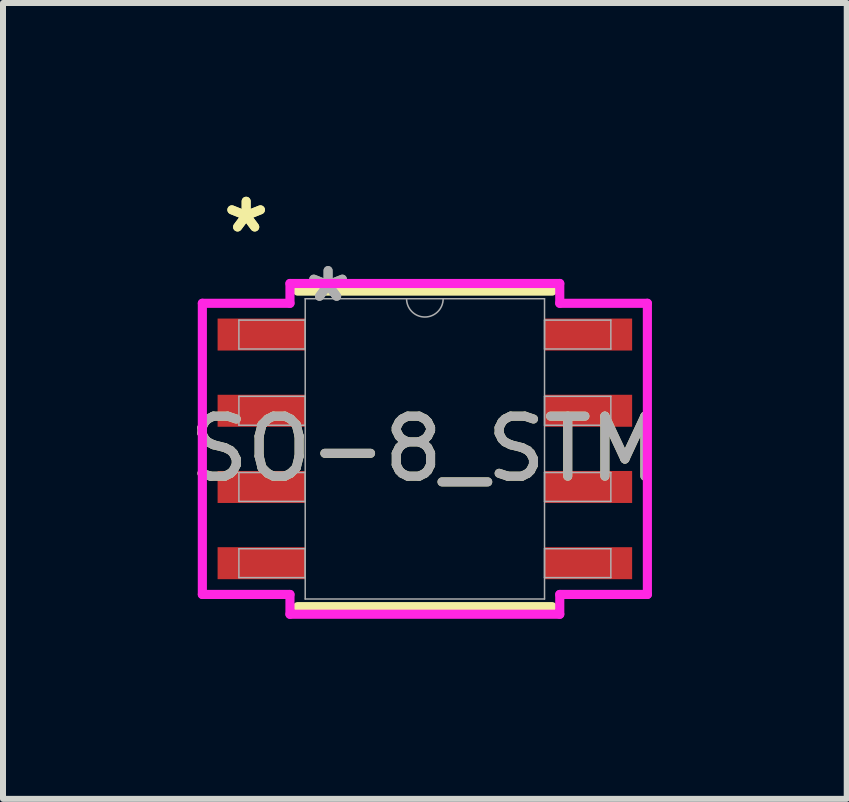
<source format=kicad_pcb>
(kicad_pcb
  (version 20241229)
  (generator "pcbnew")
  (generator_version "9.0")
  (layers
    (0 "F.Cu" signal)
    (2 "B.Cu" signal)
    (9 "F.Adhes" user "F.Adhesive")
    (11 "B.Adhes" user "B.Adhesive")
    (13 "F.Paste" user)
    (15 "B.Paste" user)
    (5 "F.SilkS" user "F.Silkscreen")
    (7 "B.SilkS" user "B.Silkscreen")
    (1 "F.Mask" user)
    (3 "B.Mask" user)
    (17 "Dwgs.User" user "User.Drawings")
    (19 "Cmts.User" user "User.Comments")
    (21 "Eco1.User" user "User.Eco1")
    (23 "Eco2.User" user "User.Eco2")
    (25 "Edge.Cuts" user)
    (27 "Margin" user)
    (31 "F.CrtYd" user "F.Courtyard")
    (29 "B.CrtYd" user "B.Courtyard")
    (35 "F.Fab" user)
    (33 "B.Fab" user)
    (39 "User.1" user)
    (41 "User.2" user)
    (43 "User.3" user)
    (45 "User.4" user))
  (footprint "SO-8_STM"
    (layer "F.Cu")
    (at 4.03 4.43)
    (property "Reference" "SO-8_STM" (at 0 0 0) (unlocked yes) (layer "F.SilkS") (effects (font (size 1 1) (thickness 0.15))))
    (attr smd)
    (fp_line (start -2.121 2.629) (end 2.121 2.629) (stroke (width 0.152) (type solid)) (layer "F.SilkS"))
    (fp_line (start 2.121 -2.629) (end -2.121 -2.629) (stroke (width 0.152) (type solid)) (layer "F.SilkS"))
    (fp_line (start -3.708 -2.426) (end -2.248 -2.426) (stroke (width 0.152) (type solid)) (layer "F.CrtYd"))
    (fp_line (start -3.708 2.426) (end -3.708 -2.426) (stroke (width 0.152) (type solid)) (layer "F.CrtYd"))
    (fp_line (start -3.708 2.426) (end -2.248 2.426) (stroke (width 0.152) (type solid)) (layer "F.CrtYd"))
    (fp_line (start -2.248 -2.756) (end 2.248 -2.756) (stroke (width 0.152) (type solid)) (layer "F.CrtYd"))
    (fp_line (start -2.248 -2.426) (end -2.248 -2.756) (stroke (width 0.152) (type solid)) (layer "F.CrtYd"))
    (fp_line (start -2.248 2.756) (end -2.248 2.426) (stroke (width 0.152) (type solid)) (layer "F.CrtYd"))
    (fp_line (start 2.248 -2.756) (end 2.248 -2.426) (stroke (width 0.152) (type solid)) (layer "F.CrtYd"))
    (fp_line (start 2.248 2.426) (end 2.248 2.756) (stroke (width 0.152) (type solid)) (layer "F.CrtYd"))
    (fp_line (start 2.248 2.756) (end -2.248 2.756) (stroke (width 0.152) (type solid)) (layer "F.CrtYd"))
    (fp_line (start 3.708 -2.426) (end 2.248 -2.426) (stroke (width 0.152) (type solid)) (layer "F.CrtYd"))
    (fp_line (start 3.708 -2.426) (end 3.708 2.426) (stroke (width 0.152) (type solid)) (layer "F.CrtYd"))
    (fp_line (start 3.708 2.426) (end 2.248 2.426) (stroke (width 0.152) (type solid)) (layer "F.CrtYd"))
    (fp_line (start -3.099 -2.146) (end -3.099 -1.664) (stroke (width 0.025) (type solid)) (layer "F.Fab"))
    (fp_line (start -3.099 -1.664) (end -1.994 -1.664) (stroke (width 0.025) (type solid)) (layer "F.Fab"))
    (fp_line (start -3.099 -0.876) (end -3.099 -0.394) (stroke (width 0.025) (type solid)) (layer "F.Fab"))
    (fp_line (start -3.099 -0.394) (end -1.994 -0.394) (stroke (width 0.025) (type solid)) (layer "F.Fab"))
    (fp_line (start -3.099 0.394) (end -3.099 0.876) (stroke (width 0.025) (type solid)) (layer "F.Fab"))
    (fp_line (start -3.099 0.876) (end -1.994 0.876) (stroke (width 0.025) (type solid)) (layer "F.Fab"))
    (fp_line (start -3.099 1.664) (end -3.099 2.146) (stroke (width 0.025) (type solid)) (layer "F.Fab"))
    (fp_line (start -3.099 2.146) (end -1.994 2.146) (stroke (width 0.025) (type solid)) (layer "F.Fab"))
    (fp_line (start -1.994 -2.502) (end -1.994 2.502) (stroke (width 0.025) (type solid)) (layer "F.Fab"))
    (fp_line (start -1.994 -2.146) (end -3.099 -2.146) (stroke (width 0.025) (type solid)) (layer "F.Fab"))
    (fp_line (start -1.994 -1.664) (end -1.994 -2.146) (stroke (width 0.025) (type solid)) (layer "F.Fab"))
    (fp_line (start -1.994 -0.876) (end -3.099 -0.876) (stroke (width 0.025) (type solid)) (layer "F.Fab"))
    (fp_line (start -1.994 -0.394) (end -1.994 -0.876) (stroke (width 0.025) (type solid)) (layer "F.Fab"))
    (fp_line (start -1.994 0.394) (end -3.099 0.394) (stroke (width 0.025) (type solid)) (layer "F.Fab"))
    (fp_line (start -1.994 0.876) (end -1.994 0.394) (stroke (width 0.025) (type solid)) (layer "F.Fab"))
    (fp_line (start -1.994 1.664) (end -3.099 1.664) (stroke (width 0.025) (type solid)) (layer "F.Fab"))
    (fp_line (start -1.994 2.146) (end -1.994 1.664) (stroke (width 0.025) (type solid)) (layer "F.Fab"))
    (fp_line (start -1.994 2.502) (end 1.994 2.502) (stroke (width 0.025) (type solid)) (layer "F.Fab"))
    (fp_line (start 1.994 -2.502) (end -1.994 -2.502) (stroke (width 0.025) (type solid)) (layer "F.Fab"))
    (fp_line (start 1.994 -2.146) (end 1.994 -1.664) (stroke (width 0.025) (type solid)) (layer "F.Fab"))
    (fp_line (start 1.994 -1.664) (end 3.099 -1.664) (stroke (width 0.025) (type solid)) (layer "F.Fab"))
    (fp_line (start 1.994 -0.876) (end 1.994 -0.394) (stroke (width 0.025) (type solid)) (layer "F.Fab"))
    (fp_line (start 1.994 -0.394) (end 3.099 -0.394) (stroke (width 0.025) (type solid)) (layer "F.Fab"))
    (fp_line (start 1.994 0.394) (end 1.994 0.876) (stroke (width 0.025) (type solid)) (layer "F.Fab"))
    (fp_line (start 1.994 0.876) (end 3.099 0.876) (stroke (width 0.025) (type solid)) (layer "F.Fab"))
    (fp_line (start 1.994 1.664) (end 1.994 2.146) (stroke (width 0.025) (type solid)) (layer "F.Fab"))
    (fp_line (start 1.994 2.146) (end 3.099 2.146) (stroke (width 0.025) (type solid)) (layer "F.Fab"))
    (fp_line (start 1.994 2.502) (end 1.994 -2.502) (stroke (width 0.025) (type solid)) (layer "F.Fab"))
    (fp_line (start 3.099 -2.146) (end 1.994 -2.146) (stroke (width 0.025) (type solid)) (layer "F.Fab"))
    (fp_line (start 3.099 -1.664) (end 3.099 -2.146) (stroke (width 0.025) (type solid)) (layer "F.Fab"))
    (fp_line (start 3.099 -0.876) (end 1.994 -0.876) (stroke (width 0.025) (type solid)) (layer "F.Fab"))
    (fp_line (start 3.099 -0.394) (end 3.099 -0.876) (stroke (width 0.025) (type solid)) (layer "F.Fab"))
    (fp_line (start 3.099 0.394) (end 1.994 0.394) (stroke (width 0.025) (type solid)) (layer "F.Fab"))
    (fp_line (start 3.099 0.876) (end 3.099 0.394) (stroke (width 0.025) (type solid)) (layer "F.Fab"))
    (fp_line (start 3.099 1.664) (end 1.994 1.664) (stroke (width 0.025) (type solid)) (layer "F.Fab"))
    (fp_line (start 3.099 2.146) (end 3.099 1.664) (stroke (width 0.025) (type solid)) (layer "F.Fab"))
    (fp_arc (start 0.3048 -2.5019) (mid 0 -2.1971) (end -0.3048 -2.5019) (stroke (width 0.0254) (type solid)) (layer "F.Fab"))
    (fp_text user "*" (at -2.978 -3.581 0) (unlocked yes) (layer "F.SilkS") (effects (font (size 1 1) (thickness 0.15))))
    (fp_text user "*" (at -2.978 -3.581 0) (layer "F.SilkS") (effects (font (size 1 1) (thickness 0.15))))
    (fp_text user "*" (at -1.613 -2.426 0) (unlocked yes) (layer "F.Fab") (effects (font (size 1 1) (thickness 0.15))))
    (fp_text user "*" (at -1.613 -2.426 0) (layer "F.Fab") (effects (font (size 1 1) (thickness 0.15))))
    (fp_text user "${REFERENCE}" (at 0 0 0) (unlocked yes) (layer "F.Fab") (effects (font (size 1 1) (thickness 0.15))))
    (pad "1" smd rect (at -2.724 -1.905) (size 1.46 0.533) (layers "F.Cu" "F.Mask" "F.Paste"))
    (pad "2" smd rect (at -2.724 -0.635) (size 1.46 0.533) (layers "F.Cu" "F.Mask" "F.Paste"))
    (pad "3" smd rect (at -2.724 0.635) (size 1.46 0.533) (layers "F.Cu" "F.Mask" "F.Paste"))
    (pad "4" smd rect (at -2.724 1.905) (size 1.46 0.533) (layers "F.Cu" "F.Mask" "F.Paste"))
    (pad "5" smd rect (at 2.724 1.905) (size 1.46 0.533) (layers "F.Cu" "F.Mask" "F.Paste"))
    (pad "6" smd rect (at 2.724 0.635) (size 1.46 0.533) (layers "F.Cu" "F.Mask" "F.Paste"))
    (pad "7" smd rect (at 2.724 -0.635) (size 1.46 0.533) (layers "F.Cu" "F.Mask" "F.Paste"))
    (pad "8" smd rect (at 2.724 -1.905) (size 1.46 0.533) (layers "F.Cu" "F.Mask" "F.Paste")))
  (gr_rect
    (start -3 -3)
    (end 11.06 10.262)
    (stroke (width 0.1) (type default))
    (fill no)
    (layer "Edge.Cuts")))
</source>
